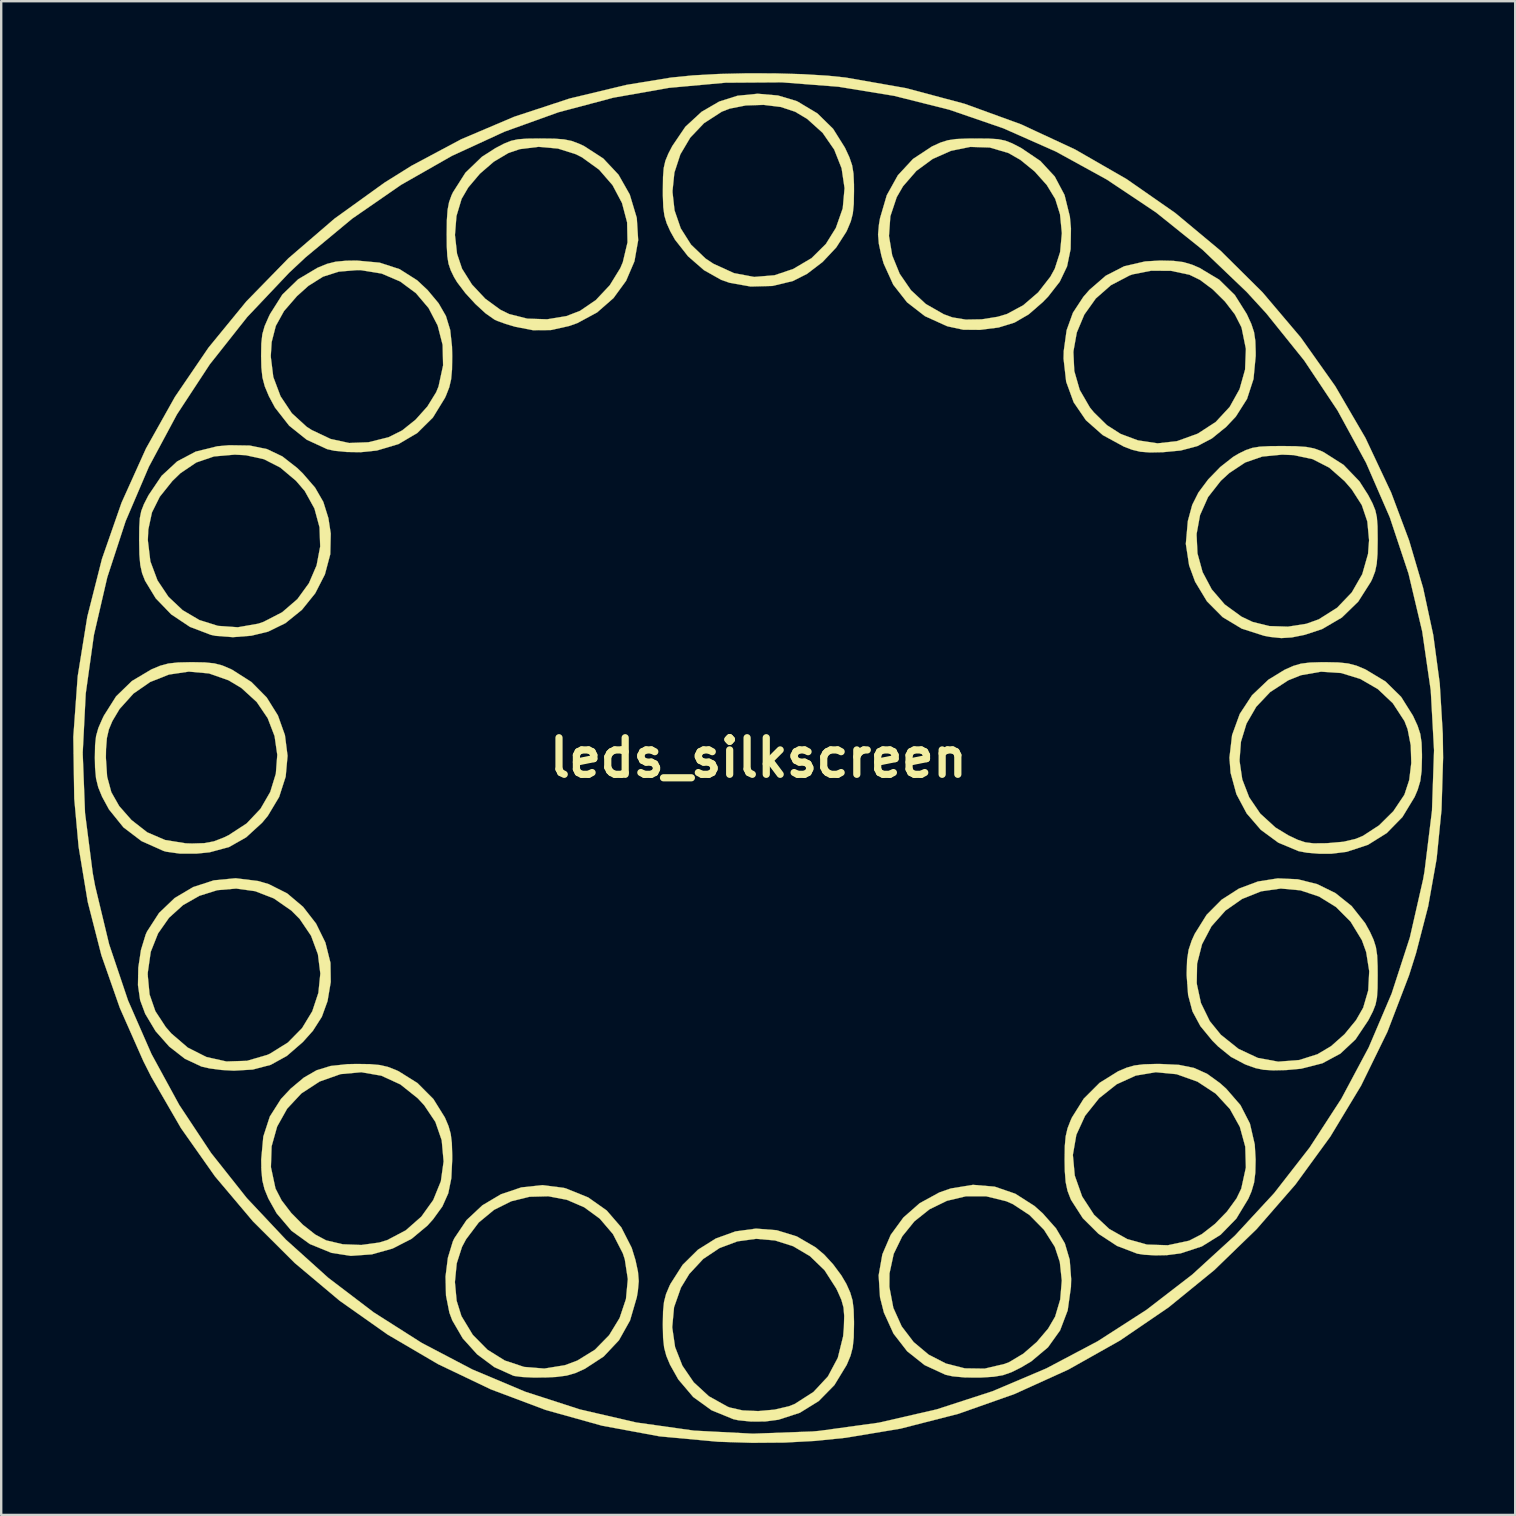
<source format=kicad_pcb>
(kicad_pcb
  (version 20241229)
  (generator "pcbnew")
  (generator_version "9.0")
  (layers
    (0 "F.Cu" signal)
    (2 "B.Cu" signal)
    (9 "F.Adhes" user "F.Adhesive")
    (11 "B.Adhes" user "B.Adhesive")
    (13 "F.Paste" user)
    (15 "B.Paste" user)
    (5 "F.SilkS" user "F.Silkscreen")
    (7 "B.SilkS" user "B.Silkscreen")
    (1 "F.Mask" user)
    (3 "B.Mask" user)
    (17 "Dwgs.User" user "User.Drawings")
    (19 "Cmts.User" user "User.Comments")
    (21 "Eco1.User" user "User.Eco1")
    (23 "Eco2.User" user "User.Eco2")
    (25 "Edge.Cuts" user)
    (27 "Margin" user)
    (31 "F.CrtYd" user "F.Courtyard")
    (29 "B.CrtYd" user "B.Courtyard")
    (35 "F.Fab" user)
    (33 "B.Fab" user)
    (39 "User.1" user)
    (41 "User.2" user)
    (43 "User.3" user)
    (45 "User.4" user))
  (footprint "leds_silkscreen"
    (layer "F.Cu")
    (at 28.552 28.525)
    (property "Reference" "leds_silkscreen" (at 0 0 0) (layer "F.SilkS") (effects (font (size 1.524 1.524) (thickness 0.3))))
    (attr through_hole)
    (fp_poly (pts (xy -20.846 5.136) (xy -20.405 5.265) (xy -19.639 5.65) (xy -18.973 6.212) (xy -18.432 6.909) (xy -18.043 7.701) (xy -17.832 8.545) (xy -17.82 9.344) (xy -17.954 10.14) (xy -18.191 10.793) (xy -18.566 11.38) (xy -18.983 11.846) (xy -19.646 12.421) (xy -20.322 12.795) (xy -21.071 12.992) (xy -21.854 13.038) (xy -22.363 13.01) (xy -22.862 12.945) (xy -23.206 12.867) (xy -23.9 12.541) (xy -24.552 12.033) (xy -25.118 11.393) (xy -25.551 10.67) (xy -25.762 10.102) (xy -25.853 9.474) (xy -25.845 9.063) (xy -25.446 9.063) (xy -25.37 9.861) (xy -25.128 10.56) (xy -24.695 11.221) (xy -24.464 11.488) (xy -23.775 12.079) (xy -22.999 12.47) (xy -22.167 12.655) (xy -21.311 12.628) (xy -20.464 12.381) (xy -20.359 12.334) (xy -19.607 11.867) (xy -19.016 11.266) (xy -18.59 10.564) (xy -18.335 9.795) (xy -18.254 8.992) (xy -18.355 8.189) (xy -18.64 7.418) (xy -19.116 6.714) (xy -19.461 6.368) (xy -20.19 5.862) (xy -20.967 5.56) (xy -21.762 5.45) (xy -22.548 5.518) (xy -23.294 5.752) (xy -23.974 6.139) (xy -24.557 6.665) (xy -25.016 7.319) (xy -25.321 8.087) (xy -25.445 8.956) (xy -25.446 9.063) (xy -25.845 9.063) (xy -25.839 8.744) (xy -25.728 8.008) (xy -25.531 7.364) (xy -25.475 7.241) (xy -24.974 6.466) (xy -24.322 5.843) (xy -23.551 5.387) (xy -22.693 5.108) (xy -21.781 5.02) (xy -20.846 5.136)) (stroke (width 0.01) (type solid)) (fill yes) (layer "F.SilkS"))
    (fp_poly (pts (xy 9.844 17.871) (xy 10.704 18.166) (xy 11.503 18.676) (xy 11.846 18.983) (xy 12.402 19.611) (xy 12.769 20.235) (xy 12.971 20.917) (xy 13.032 21.718) (xy 13.023 22.053) (xy 12.887 23.028) (xy 12.57 23.862) (xy 12.065 24.567) (xy 11.366 25.154) (xy 10.948 25.402) (xy 10.54 25.605) (xy 10.19 25.727) (xy 9.806 25.792) (xy 9.292 25.824) (xy 9.236 25.826) (xy 8.618 25.823) (xy 8.092 25.774) (xy 7.793 25.708) (xy 6.925 25.307) (xy 6.199 24.731) (xy 5.629 23.996) (xy 5.229 23.118) (xy 5.067 22.48) (xy 5.04 22.052) (xy 5.457 22.052) (xy 5.622 22.921) (xy 5.97 23.693) (xy 6.47 24.349) (xy 7.095 24.872) (xy 7.815 25.242) (xy 8.601 25.442) (xy 9.423 25.454) (xy 10.254 25.259) (xy 10.465 25.174) (xy 11.037 24.832) (xy 11.597 24.346) (xy 12.072 23.787) (xy 12.363 23.289) (xy 12.576 22.573) (xy 12.642 21.785) (xy 12.559 21.011) (xy 12.35 20.378) (xy 11.898 19.666) (xy 11.297 19.055) (xy 10.605 18.6) (xy 10.326 18.478) (xy 9.482 18.271) (xy 8.65 18.272) (xy 7.857 18.46) (xy 7.131 18.814) (xy 6.501 19.315) (xy 5.994 19.941) (xy 5.638 20.671) (xy 5.462 21.487) (xy 5.457 22.052) (xy 5.04 22.052) (xy 5.01 21.568) (xy 5.165 20.691) (xy 5.514 19.879) (xy 6.039 19.16) (xy 6.72 18.561) (xy 7.541 18.112) (xy 8.016 17.947) (xy 8.941 17.796) (xy 9.844 17.871)) (stroke (width 0.01) (type solid)) (fill yes) (layer "F.SilkS"))
    (fp_poly (pts (xy -8.107 17.922) (xy -8.016 17.947) (xy -7.093 18.32) (xy -6.323 18.863) (xy -5.715 19.566) (xy -5.28 20.42) (xy -5.122 20.935) (xy -5.018 21.42) (xy -4.986 21.808) (xy -5.023 22.221) (xy -5.067 22.48) (xy -5.349 23.447) (xy -5.811 24.272) (xy -6.448 24.949) (xy -7.229 25.459) (xy -7.622 25.637) (xy -7.99 25.744) (xy -8.427 25.801) (xy -8.879 25.823) (xy -9.382 25.825) (xy -9.836 25.803) (xy -10.162 25.761) (xy -10.218 25.746) (xy -11.004 25.391) (xy -11.72 24.858) (xy -12.32 24.193) (xy -12.756 23.443) (xy -12.877 23.121) (xy -13.018 22.406) (xy -13.031 21.847) (xy -12.647 21.847) (xy -12.575 22.624) (xy -12.375 23.264) (xy -11.902 24.046) (xy -11.289 24.667) (xy -10.567 25.117) (xy -9.767 25.382) (xy -8.922 25.451) (xy -8.062 25.311) (xy -7.545 25.118) (xy -6.813 24.666) (xy -6.221 24.062) (xy -5.784 23.345) (xy -5.519 22.553) (xy -5.441 21.724) (xy -5.568 20.897) (xy -5.65 20.649) (xy -6.061 19.848) (xy -6.607 19.208) (xy -7.258 18.731) (xy -7.983 18.419) (xy -8.752 18.272) (xy -9.534 18.292) (xy -10.299 18.48) (xy -11.016 18.838) (xy -11.654 19.365) (xy -12.182 20.065) (xy -12.349 20.378) (xy -12.571 21.068) (xy -12.647 21.847) (xy -13.031 21.847) (xy -13.037 21.615) (xy -12.94 20.836) (xy -12.733 20.156) (xy -12.669 20.021) (xy -12.16 19.264) (xy -11.5 18.647) (xy -10.727 18.188) (xy -9.878 17.902) (xy -8.992 17.808) (xy -8.107 17.922)) (stroke (width 0.01) (type solid)) (fill yes) (layer "F.SilkS"))
    (fp_poly (pts (xy -21.193 -13.009) (xy -20.475 -12.861) (xy -19.837 -12.557) (xy -19.217 -12.073) (xy -18.983 -11.846) (xy -18.473 -11.256) (xy -18.13 -10.662) (xy -17.918 -9.985) (xy -17.82 -9.344) (xy -17.84 -8.483) (xy -18.064 -7.639) (xy -18.467 -6.853) (xy -19.023 -6.163) (xy -19.707 -5.61) (xy -20.432 -5.255) (xy -21.13 -5.086) (xy -21.896 -5.025) (xy -22.617 -5.08) (xy -22.816 -5.122) (xy -23.687 -5.454) (xy -24.467 -5.974) (xy -25.113 -6.644) (xy -25.557 -7.375) (xy -25.68 -7.689) (xy -25.756 -8.029) (xy -25.794 -8.463) (xy -25.804 -9.059) (xy -25.804 -9.063) (xy -25.442 -9.063) (xy -25.336 -8.183) (xy -25.04 -7.391) (xy -24.583 -6.707) (xy -23.992 -6.15) (xy -23.295 -5.739) (xy -22.52 -5.496) (xy -21.694 -5.438) (xy -20.846 -5.586) (xy -20.625 -5.661) (xy -19.844 -6.064) (xy -19.209 -6.612) (xy -18.729 -7.274) (xy -18.41 -8.015) (xy -18.26 -8.803) (xy -18.288 -9.605) (xy -18.5 -10.387) (xy -18.904 -11.117) (xy -19.269 -11.542) (xy -19.924 -12.093) (xy -20.602 -12.44) (xy -21.361 -12.607) (xy -21.821 -12.631) (xy -22.684 -12.556) (xy -23.422 -12.304) (xy -24.083 -11.858) (xy -24.423 -11.529) (xy -24.945 -10.876) (xy -25.27 -10.223) (xy -25.423 -9.508) (xy -25.442 -9.063) (xy -25.804 -9.063) (xy -25.799 -9.605) (xy -25.775 -9.988) (xy -25.715 -10.284) (xy -25.605 -10.567) (xy -25.43 -10.908) (xy -25.408 -10.948) (xy -24.868 -11.748) (xy -24.22 -12.348) (xy -23.45 -12.756) (xy -22.547 -12.979) (xy -22.053 -13.023) (xy -21.193 -13.009)) (stroke (width 0.01) (type solid)) (fill yes) (layer "F.SilkS"))
    (fp_poly (pts (xy -16.181 12.767) (xy -15.774 12.804) (xy -15.44 12.881) (xy -15.102 13.013) (xy -14.992 13.063) (xy -14.205 13.556) (xy -13.544 14.219) (xy -13.063 14.992) (xy -12.913 15.346) (xy -12.821 15.673) (xy -12.774 16.051) (xy -12.759 16.558) (xy -12.759 16.741) (xy -12.796 17.521) (xy -12.924 18.149) (xy -13.168 18.695) (xy -13.555 19.23) (xy -13.79 19.493) (xy -14.453 20.045) (xy -15.244 20.45) (xy -16.106 20.692) (xy -16.983 20.755) (xy -17.788 20.631) (xy -18.692 20.262) (xy -19.457 19.709) (xy -20.077 18.979) (xy -20.421 18.363) (xy -20.58 17.976) (xy -20.671 17.609) (xy -20.711 17.169) (xy -20.713 17.058) (xy -20.313 17.058) (xy -20.125 17.937) (xy -20.12 17.953) (xy -19.868 18.443) (xy -19.468 18.966) (xy -18.98 19.461) (xy -18.467 19.866) (xy -18.011 20.11) (xy -17.32 20.272) (xy -16.547 20.302) (xy -15.801 20.2) (xy -15.466 20.098) (xy -14.694 19.691) (xy -14.047 19.122) (xy -13.55 18.429) (xy -13.232 17.647) (xy -13.117 16.818) (xy -13.197 15.937) (xy -13.461 15.173) (xy -13.927 14.478) (xy -14.192 14.192) (xy -14.918 13.612) (xy -15.711 13.248) (xy -16.548 13.103) (xy -17.41 13.182) (xy -18.274 13.487) (xy -18.287 13.493) (xy -19.042 13.985) (xy -19.636 14.621) (xy -20.054 15.367) (xy -20.285 16.191) (xy -20.313 17.058) (xy -20.713 17.058) (xy -20.718 16.741) (xy -20.63 15.782) (xy -20.359 14.95) (xy -19.894 14.218) (xy -19.493 13.79) (xy -18.941 13.328) (xy -18.408 13.021) (xy -17.827 12.843) (xy -17.126 12.767) (xy -16.741 12.759) (xy -16.181 12.767)) (stroke (width 0.01) (type solid)) (fill yes) (layer "F.SilkS"))
    (fp_poly (pts (xy 17.292 -20.705) (xy 17.703 -20.654) (xy 18.067 -20.547) (xy 18.371 -20.417) (xy 19.198 -19.923) (xy 19.853 -19.279) (xy 20.348 -18.492) (xy 20.539 -18.077) (xy 20.652 -17.736) (xy 20.706 -17.374) (xy 20.721 -16.899) (xy 20.721 -16.743) (xy 20.63 -15.782) (xy 20.359 -14.95) (xy 19.894 -14.217) (xy 19.493 -13.79) (xy 18.895 -13.305) (xy 18.287 -12.986) (xy 17.598 -12.803) (xy 16.856 -12.733) (xy 16.317 -12.722) (xy 15.917 -12.752) (xy 15.57 -12.835) (xy 15.231 -12.964) (xy 14.347 -13.446) (xy 13.647 -14.065) (xy 13.137 -14.81) (xy 12.824 -15.669) (xy 12.715 -16.633) (xy 12.723 -16.924) (xy 13.124 -16.924) (xy 13.162 -16.115) (xy 13.389 -15.327) (xy 13.814 -14.593) (xy 13.98 -14.391) (xy 14.521 -13.86) (xy 15.091 -13.495) (xy 15.782 -13.237) (xy 15.827 -13.224) (xy 16.632 -13.102) (xy 17.439 -13.192) (xy 18.283 -13.497) (xy 18.325 -13.517) (xy 19.058 -13.994) (xy 19.638 -14.62) (xy 20.049 -15.359) (xy 20.279 -16.176) (xy 20.313 -17.037) (xy 20.136 -17.905) (xy 20.12 -17.953) (xy 19.853 -18.475) (xy 19.438 -19.015) (xy 18.934 -19.514) (xy 18.401 -19.912) (xy 17.961 -20.127) (xy 17.19 -20.29) (xy 16.368 -20.295) (xy 15.598 -20.144) (xy 15.466 -20.098) (xy 14.689 -19.691) (xy 14.058 -19.137) (xy 13.581 -18.468) (xy 13.267 -17.72) (xy 13.124 -16.924) (xy 12.723 -16.924) (xy 12.724 -16.957) (xy 12.843 -17.816) (xy 13.106 -18.544) (xy 13.542 -19.209) (xy 13.79 -19.493) (xy 14.475 -20.087) (xy 15.241 -20.48) (xy 16.115 -20.682) (xy 16.741 -20.718) (xy 17.292 -20.705)) (stroke (width 0.01) (type solid)) (fill yes) (layer "F.SilkS"))
    (fp_poly (pts (xy 0.816 -27.596) (xy 1.582 -27.367) (xy 1.63 -27.345) (xy 2.457 -26.85) (xy 3.113 -26.207) (xy 3.607 -25.419) (xy 3.792 -25.019) (xy 3.905 -24.688) (xy 3.962 -24.34) (xy 3.982 -23.889) (xy 3.983 -23.613) (xy 3.974 -23.071) (xy 3.934 -22.677) (xy 3.849 -22.349) (xy 3.704 -22.004) (xy 3.661 -21.914) (xy 3.243 -21.264) (xy 2.676 -20.66) (xy 2.027 -20.164) (xy 1.438 -19.866) (xy 0.586 -19.66) (xy -0.323 -19.636) (xy -1.205 -19.793) (xy -1.55 -19.914) (xy -2.27 -20.319) (xy -2.932 -20.896) (xy -3.474 -21.586) (xy -3.671 -21.936) (xy -3.823 -22.275) (xy -3.916 -22.585) (xy -3.964 -22.941) (xy -3.981 -23.421) (xy -3.981 -23.594) (xy -3.582 -23.594) (xy -3.495 -22.81) (xy -3.237 -22.061) (xy -2.808 -21.382) (xy -2.205 -20.804) (xy -1.872 -20.583) (xy -1.019 -20.194) (xy -0.175 -20.035) (xy 0.67 -20.105) (xy 1.448 -20.367) (xy 2.214 -20.818) (xy 2.81 -21.408) (xy 3.227 -22.077) (xy 3.514 -22.894) (xy 3.59 -23.734) (xy 3.467 -24.562) (xy 3.158 -25.343) (xy 2.675 -26.041) (xy 2.031 -26.621) (xy 1.527 -26.921) (xy 0.929 -27.118) (xy 0.216 -27.205) (xy -0.522 -27.182) (xy -1.198 -27.049) (xy -1.527 -26.921) (xy -2.265 -26.444) (xy -2.84 -25.84) (xy -3.253 -25.142) (xy -3.501 -24.383) (xy -3.582 -23.594) (xy -3.981 -23.594) (xy -3.981 -23.668) (xy -3.975 -24.199) (xy -3.945 -24.576) (xy -3.876 -24.876) (xy -3.752 -25.176) (xy -3.589 -25.489) (xy -3.045 -26.292) (xy -2.367 -26.917) (xy -1.63 -27.345) (xy -0.873 -27.585) (xy -0.03 -27.669) (xy 0.816 -27.596)) (stroke (width 0.01) (type solid)) (fill yes) (layer "F.SilkS"))
    (fp_poly (pts (xy 22.475 5.063) (xy 23.286 5.267) (xy 24.044 5.639) (xy 24.718 6.178) (xy 25.279 6.887) (xy 25.484 7.257) (xy 25.636 7.591) (xy 25.73 7.891) (xy 25.781 8.229) (xy 25.801 8.68) (xy 25.804 9.063) (xy 25.799 9.605) (xy 25.775 9.988) (xy 25.715 10.284) (xy 25.605 10.567) (xy 25.43 10.908) (xy 25.408 10.948) (xy 24.88 11.737) (xy 24.25 12.328) (xy 23.499 12.731) (xy 22.611 12.957) (xy 21.994 13.013) (xy 21.45 13.025) (xy 21.052 13.002) (xy 20.713 12.931) (xy 20.349 12.802) (xy 20.262 12.766) (xy 19.693 12.464) (xy 19.155 12.029) (xy 18.918 11.791) (xy 18.417 11.182) (xy 18.087 10.569) (xy 17.905 9.885) (xy 17.87 9.407) (xy 18.264 9.407) (xy 18.439 10.218) (xy 18.808 10.975) (xy 19.269 11.542) (xy 20.007 12.132) (xy 20.811 12.507) (xy 21.66 12.663) (xy 22.534 12.595) (xy 23.295 12.354) (xy 23.865 12.015) (xy 24.423 11.519) (xy 24.903 10.934) (xy 25.2 10.416) (xy 25.411 9.693) (xy 25.452 8.893) (xy 25.325 8.096) (xy 25.147 7.602) (xy 24.676 6.83) (xy 24.07 6.221) (xy 23.362 5.783) (xy 22.584 5.524) (xy 21.768 5.449) (xy 20.947 5.566) (xy 20.154 5.883) (xy 19.461 6.368) (xy 18.879 7.022) (xy 18.485 7.772) (xy 18.279 8.579) (xy 18.264 9.407) (xy 17.87 9.407) (xy 17.845 9.064) (xy 17.845 8.948) (xy 17.863 8.41) (xy 17.926 8.001) (xy 18.053 7.62) (xy 18.18 7.339) (xy 18.676 6.544) (xy 19.301 5.915) (xy 20.023 5.452) (xy 20.813 5.156) (xy 21.64 5.026) (xy 22.475 5.063)) (stroke (width 0.01) (type solid)) (fill yes) (layer "F.SilkS"))
    (fp_poly (pts (xy -15.782 -20.63) (xy -14.95 -20.359) (xy -14.218 -19.894) (xy -13.79 -19.493) (xy -13.328 -18.941) (xy -13.021 -18.408) (xy -12.843 -17.827) (xy -12.767 -17.126) (xy -12.759 -16.741) (xy -12.767 -16.181) (xy -12.804 -15.774) (xy -12.881 -15.44) (xy -13.013 -15.102) (xy -13.063 -14.992) (xy -13.564 -14.176) (xy -14.214 -13.533) (xy -14.997 -13.071) (xy -15.899 -12.802) (xy -16.568 -12.733) (xy -17.152 -12.741) (xy -17.672 -12.793) (xy -17.973 -12.861) (xy -18.823 -13.254) (xy -19.553 -13.838) (xy -20.144 -14.593) (xy -20.398 -15.067) (xy -20.568 -15.473) (xy -20.666 -15.843) (xy -20.711 -16.269) (xy -20.721 -16.722) (xy -20.32 -16.722) (xy -20.214 -15.866) (xy -19.912 -15.062) (xy -19.44 -14.355) (xy -18.823 -13.791) (xy -18.614 -13.657) (xy -17.826 -13.284) (xy -17.054 -13.116) (xy -16.249 -13.147) (xy -15.414 -13.355) (xy -14.846 -13.639) (xy -14.285 -14.088) (xy -13.793 -14.638) (xy -13.428 -15.23) (xy -13.329 -15.472) (xy -13.139 -16.35) (xy -13.158 -17.205) (xy -13.365 -18.01) (xy -13.742 -18.737) (xy -14.27 -19.359) (xy -14.929 -19.847) (xy -15.7 -20.176) (xy -16.563 -20.317) (xy -16.722 -20.32) (xy -17.486 -20.256) (xy -18.143 -20.046) (xy -18.754 -19.662) (xy -19.232 -19.232) (xy -19.768 -18.613) (xy -20.109 -17.997) (xy -20.283 -17.321) (xy -20.32 -16.722) (xy -20.721 -16.722) (xy -20.722 -16.743) (xy -20.713 -17.264) (xy -20.671 -17.647) (xy -20.575 -17.986) (xy -20.405 -18.374) (xy -20.348 -18.492) (xy -19.837 -19.3) (xy -19.177 -19.938) (xy -18.371 -20.417) (xy -17.982 -20.578) (xy -17.616 -20.67) (xy -17.18 -20.711) (xy -16.741 -20.718) (xy -15.782 -20.63)) (stroke (width 0.01) (type solid)) (fill yes) (layer "F.SilkS"))
    (fp_poly (pts (xy 9.605 -25.799) (xy 9.988 -25.775) (xy 10.284 -25.715) (xy 10.567 -25.605) (xy 10.908 -25.43) (xy 10.948 -25.408) (xy 11.748 -24.868) (xy 12.348 -24.22) (xy 12.756 -23.45) (xy 12.979 -22.547) (xy 13.023 -22.053) (xy 13.009 -21.193) (xy 12.861 -20.475) (xy 12.557 -19.837) (xy 12.073 -19.217) (xy 11.846 -18.983) (xy 11.259 -18.474) (xy 10.671 -18.133) (xy 10.01 -17.929) (xy 9.236 -17.83) (xy 8.537 -17.836) (xy 7.895 -17.974) (xy 7.84 -17.992) (xy 6.938 -18.402) (xy 6.195 -18.977) (xy 5.62 -19.71) (xy 5.219 -20.593) (xy 5.122 -20.935) (xy 5.018 -21.42) (xy 4.992 -21.742) (xy 5.44 -21.742) (xy 5.575 -20.933) (xy 5.886 -20.168) (xy 6.358 -19.481) (xy 6.975 -18.908) (xy 7.722 -18.481) (xy 8.082 -18.35) (xy 8.64 -18.258) (xy 9.302 -18.269) (xy 9.969 -18.375) (xy 10.351 -18.489) (xy 11.031 -18.853) (xy 11.657 -19.391) (xy 12.167 -20.046) (xy 12.349 -20.378) (xy 12.572 -21.073) (xy 12.645 -21.858) (xy 12.568 -22.645) (xy 12.367 -23.289) (xy 12.014 -23.868) (xy 11.507 -24.433) (xy 10.915 -24.915) (xy 10.416 -25.2) (xy 9.638 -25.429) (xy 8.827 -25.454) (xy 8.022 -25.29) (xy 7.261 -24.952) (xy 6.583 -24.455) (xy 6.026 -23.814) (xy 5.764 -23.361) (xy 5.498 -22.563) (xy 5.44 -21.742) (xy 4.992 -21.742) (xy 4.986 -21.808) (xy 5.023 -22.221) (xy 5.067 -22.48) (xy 5.349 -23.441) (xy 5.811 -24.271) (xy 6.442 -24.952) (xy 7.23 -25.471) (xy 7.257 -25.484) (xy 7.591 -25.636) (xy 7.891 -25.73) (xy 8.229 -25.781) (xy 8.68 -25.801) (xy 9.063 -25.804) (xy 9.605 -25.799)) (stroke (width 0.01) (type solid)) (fill yes) (layer "F.SilkS"))
    (fp_poly (pts (xy 17.521 12.796) (xy 18.149 12.924) (xy 18.695 13.168) (xy 19.23 13.555) (xy 19.493 13.79) (xy 20.087 14.475) (xy 20.48 15.241) (xy 20.682 16.115) (xy 20.718 16.741) (xy 20.705 17.292) (xy 20.654 17.703) (xy 20.547 18.067) (xy 20.417 18.371) (xy 19.911 19.207) (xy 19.258 19.876) (xy 18.478 20.361) (xy 17.592 20.651) (xy 17.023 20.725) (xy 16.54 20.734) (xy 16.083 20.709) (xy 15.788 20.664) (xy 14.944 20.341) (xy 14.171 19.835) (xy 13.518 19.186) (xy 13.036 18.436) (xy 13.008 18.378) (xy 12.88 18.045) (xy 12.803 17.682) (xy 12.767 17.218) (xy 12.759 16.741) (xy 12.762 16.548) (xy 13.103 16.548) (xy 13.182 17.41) (xy 13.487 18.274) (xy 13.493 18.287) (xy 13.985 19.042) (xy 14.621 19.636) (xy 15.367 20.055) (xy 16.191 20.285) (xy 17.058 20.313) (xy 17.937 20.125) (xy 17.953 20.12) (xy 18.479 19.849) (xy 19.024 19.424) (xy 19.526 18.908) (xy 19.923 18.362) (xy 20.12 17.953) (xy 20.312 17.075) (xy 20.287 16.207) (xy 20.061 15.382) (xy 19.645 14.634) (xy 19.055 13.996) (xy 18.303 13.501) (xy 18.287 13.493) (xy 17.422 13.185) (xy 16.56 13.103) (xy 15.722 13.244) (xy 14.929 13.605) (xy 14.202 14.182) (xy 14.192 14.192) (xy 13.612 14.918) (xy 13.248 15.711) (xy 13.103 16.548) (xy 12.762 16.548) (xy 12.767 16.181) (xy 12.804 15.774) (xy 12.881 15.44) (xy 13.013 15.102) (xy 13.063 14.992) (xy 13.556 14.205) (xy 14.219 13.544) (xy 14.992 13.063) (xy 15.346 12.913) (xy 15.673 12.821) (xy 16.051 12.774) (xy 16.558 12.759) (xy 16.741 12.759) (xy 17.521 12.796)) (stroke (width 0.01) (type solid)) (fill yes) (layer "F.SilkS"))
    (fp_poly (pts (xy 22.41 -12.981) (xy 22.832 -12.951) (xy 23.152 -12.89) (xy 23.435 -12.788) (xy 23.561 -12.728) (xy 24.382 -12.205) (xy 25.042 -11.52) (xy 25.408 -10.948) (xy 25.591 -10.597) (xy 25.706 -10.312) (xy 25.77 -10.02) (xy 25.798 -9.649) (xy 25.804 -9.126) (xy 25.804 -9.063) (xy 25.796 -8.492) (xy 25.764 -8.082) (xy 25.697 -7.763) (xy 25.584 -7.466) (xy 25.522 -7.336) (xy 24.993 -6.505) (xy 24.312 -5.844) (xy 23.493 -5.364) (xy 22.762 -5.122) (xy 22.227 -5.015) (xy 21.789 -4.987) (xy 21.329 -5.035) (xy 21.07 -5.083) (xy 20.14 -5.38) (xy 19.342 -5.862) (xy 18.691 -6.517) (xy 18.197 -7.335) (xy 17.947 -8.016) (xy 17.81 -8.914) (xy 17.846 -9.317) (xy 18.257 -9.317) (xy 18.295 -8.515) (xy 18.508 -7.738) (xy 18.889 -7.018) (xy 19.43 -6.389) (xy 20.124 -5.883) (xy 20.592 -5.66) (xy 21.287 -5.488) (xy 22.064 -5.463) (xy 22.829 -5.582) (xy 23.349 -5.768) (xy 24.114 -6.252) (xy 24.725 -6.89) (xy 25.161 -7.649) (xy 25.403 -8.497) (xy 25.446 -9.063) (xy 25.373 -9.845) (xy 25.142 -10.53) (xy 24.725 -11.18) (xy 24.423 -11.529) (xy 23.785 -12.089) (xy 23.095 -12.443) (xy 22.305 -12.611) (xy 21.821 -12.631) (xy 20.996 -12.551) (xy 20.282 -12.303) (xy 19.621 -11.865) (xy 19.269 -11.542) (xy 18.737 -10.863) (xy 18.402 -10.111) (xy 18.257 -9.317) (xy 17.846 -9.317) (xy 17.894 -9.866) (xy 18.077 -10.539) (xy 18.335 -11.053) (xy 18.744 -11.6) (xy 19.246 -12.116) (xy 19.782 -12.537) (xy 20.021 -12.678) (xy 20.313 -12.821) (xy 20.582 -12.912) (xy 20.893 -12.963) (xy 21.312 -12.984) (xy 21.821 -12.989) (xy 22.41 -12.981)) (stroke (width 0.01) (type solid)) (fill yes) (layer "F.SilkS"))
    (fp_poly (pts (xy 24.164 -3.972) (xy 24.572 -3.929) (xy 24.917 -3.839) (xy 25.283 -3.686) (xy 25.298 -3.679) (xy 26.126 -3.181) (xy 26.781 -2.538) (xy 27.275 -1.751) (xy 27.466 -1.336) (xy 27.579 -0.993) (xy 27.633 -0.63) (xy 27.649 -0.153) (xy 27.649 -0.002) (xy 27.634 0.552) (xy 27.58 0.968) (xy 27.47 1.337) (xy 27.345 1.63) (xy 26.837 2.468) (xy 26.182 3.138) (xy 25.4 3.627) (xy 24.511 3.92) (xy 23.867 4) (xy 23.357 3.998) (xy 22.855 3.956) (xy 22.508 3.891) (xy 21.663 3.537) (xy 20.935 3.003) (xy 20.345 2.319) (xy 19.918 1.517) (xy 19.675 0.626) (xy 19.637 0.121) (xy 20.047 0.121) (xy 20.162 0.902) (xy 20.45 1.648) (xy 20.912 2.327) (xy 21.548 2.908) (xy 22.088 3.236) (xy 22.477 3.42) (xy 22.791 3.524) (xy 23.123 3.565) (xy 23.567 3.563) (xy 23.726 3.557) (xy 24.377 3.5) (xy 24.884 3.381) (xy 25.192 3.253) (xy 25.86 2.818) (xy 26.456 2.228) (xy 26.903 1.562) (xy 26.923 1.523) (xy 27.118 0.929) (xy 27.204 0.219) (xy 27.182 -0.517) (xy 27.051 -1.191) (xy 26.921 -1.527) (xy 26.436 -2.271) (xy 25.811 -2.861) (xy 25.081 -3.285) (xy 24.28 -3.531) (xy 23.444 -3.587) (xy 22.608 -3.44) (xy 22.077 -3.227) (xy 21.324 -2.737) (xy 20.744 -2.125) (xy 20.338 -1.424) (xy 20.106 -0.665) (xy 20.047 0.121) (xy 19.637 0.121) (xy 19.627 0) (xy 19.738 -0.948) (xy 20.057 -1.826) (xy 20.567 -2.603) (xy 21.248 -3.251) (xy 21.924 -3.665) (xy 22.282 -3.825) (xy 22.607 -3.921) (xy 22.983 -3.968) (xy 23.491 -3.983) (xy 23.61 -3.983) (xy 24.164 -3.972)) (stroke (width 0.01) (type solid)) (fill yes) (layer "F.SilkS"))
    (fp_poly (pts (xy -23.068 -3.973) (xy -22.673 -3.933) (xy -22.344 -3.848) (xy -21.999 -3.702) (xy -21.924 -3.665) (xy -21.124 -3.155) (xy -20.488 -2.511) (xy -20.021 -1.762) (xy -19.729 -0.942) (xy -19.62 -0.082) (xy -19.698 0.786) (xy -19.97 1.632) (xy -20.443 2.422) (xy -20.681 2.708) (xy -21.346 3.316) (xy -22.057 3.719) (xy -22.867 3.939) (xy -23.402 3.993) (xy -24.112 3.993) (xy -24.674 3.914) (xy -24.79 3.881) (xy -25.704 3.473) (xy -26.459 2.899) (xy -27.06 2.154) (xy -27.349 1.622) (xy -27.508 1.233) (xy -27.6 0.859) (xy -27.641 0.411) (xy -27.649 0) (xy -27.19 0) (xy -27.138 0.788) (xy -26.963 1.435) (xy -26.636 2.012) (xy -26.129 2.589) (xy -26.124 2.594) (xy -25.469 3.106) (xy -24.726 3.426) (xy -23.863 3.565) (xy -23.6 3.573) (xy -23.091 3.558) (xy -22.692 3.484) (xy -22.282 3.326) (xy -22.077 3.227) (xy -21.325 2.737) (xy -20.747 2.126) (xy -20.341 1.424) (xy -20.108 0.665) (xy -20.048 -0.122) (xy -20.161 -0.903) (xy -20.447 -1.648) (xy -20.906 -2.325) (xy -21.539 -2.903) (xy -22.077 -3.227) (xy -22.894 -3.514) (xy -23.734 -3.59) (xy -24.562 -3.467) (xy -25.343 -3.158) (xy -26.041 -2.675) (xy -26.621 -2.031) (xy -26.921 -1.527) (xy -27.065 -1.182) (xy -27.148 -0.824) (xy -27.184 -0.37) (xy -27.19 0) (xy -27.649 0) (xy -27.649 -0.002) (xy -27.64 -0.523) (xy -27.598 -0.906) (xy -27.502 -1.245) (xy -27.332 -1.633) (xy -27.275 -1.751) (xy -26.765 -2.558) (xy -26.106 -3.197) (xy -25.298 -3.679) (xy -24.93 -3.834) (xy -24.585 -3.927) (xy -24.181 -3.971) (xy -23.634 -3.983) (xy -23.61 -3.983) (xy -23.068 -3.973)) (stroke (width 0.01) (type solid)) (fill yes) (layer "F.SilkS"))
    (fp_poly (pts (xy 0.762 19.687) (xy 1.6 19.945) (xy 2.382 20.4) (xy 2.739 20.701) (xy 3.109 21.103) (xy 3.455 21.568) (xy 3.665 21.924) (xy 3.825 22.282) (xy 3.921 22.607) (xy 3.968 22.983) (xy 3.983 23.491) (xy 3.983 23.61) (xy 3.972 24.164) (xy 3.929 24.572) (xy 3.839 24.917) (xy 3.686 25.283) (xy 3.679 25.298) (xy 3.168 26.138) (xy 2.511 26.807) (xy 1.727 27.293) (xy 0.835 27.583) (xy 0.282 27.656) (xy -0.301 27.66) (xy -0.837 27.605) (xy -1.047 27.559) (xy -1.951 27.189) (xy -2.717 26.636) (xy -3.338 25.904) (xy -3.683 25.29) (xy -3.836 24.924) (xy -3.928 24.579) (xy -3.972 24.172) (xy -3.981 23.732) (xy -3.592 23.732) (xy -3.472 24.555) (xy -3.168 25.331) (xy -2.694 26.025) (xy -2.064 26.605) (xy -1.291 27.036) (xy -1.194 27.074) (xy -0.658 27.195) (xy -0.006 27.223) (xy 0.669 27.163) (xy 1.276 27.021) (xy 1.523 26.921) (xy 2.297 26.423) (xy 2.895 25.78) (xy 3.308 25.004) (xy 3.53 24.107) (xy 3.561 23.748) (xy 3.575 23.261) (xy 3.547 22.907) (xy 3.458 22.589) (xy 3.291 22.211) (xy 3.243 22.113) (xy 2.756 21.354) (xy 2.147 20.767) (xy 1.449 20.354) (xy 0.692 20.113) (xy -0.093 20.045) (xy -0.874 20.151) (xy -1.62 20.43) (xy -2.299 20.883) (xy -2.881 21.509) (xy -3.227 22.077) (xy -3.515 22.895) (xy -3.592 23.732) (xy -3.981 23.732) (xy -3.983 23.619) (xy -3.983 23.61) (xy -3.973 23.068) (xy -3.933 22.673) (xy -3.848 22.344) (xy -3.702 21.999) (xy -3.665 21.924) (xy -3.159 21.131) (xy -2.518 20.498) (xy -1.773 20.031) (xy -0.956 19.736) (xy -0.101 19.619) (xy 0.762 19.687)) (stroke (width 0.01) (type solid)) (fill yes) (layer "F.SilkS"))
    (fp_poly (pts (xy -8.503 -25.797) (xy -8.1 -25.767) (xy -7.784 -25.702) (xy -7.48 -25.589) (xy -7.257 -25.484) (xy -6.464 -24.971) (xy -5.829 -24.295) (xy -5.361 -23.47) (xy -5.073 -22.512) (xy -5.067 -22.48) (xy -5.01 -21.566) (xy -5.165 -20.688) (xy -5.514 -19.874) (xy -6.039 -19.154) (xy -6.721 -18.557) (xy -7.543 -18.113) (xy -7.879 -17.993) (xy -8.653 -17.821) (xy -9.393 -17.816) (xy -10.137 -17.96) (xy -10.532 -18.078) (xy -10.868 -18.199) (xy -10.996 -18.257) (xy -11.368 -18.518) (xy -11.794 -18.909) (xy -12.211 -19.363) (xy -12.552 -19.812) (xy -12.683 -20.029) (xy -12.823 -20.319) (xy -12.913 -20.587) (xy -12.963 -20.901) (xy -12.985 -21.324) (xy -12.988 -21.782) (xy -12.645 -21.782) (xy -12.558 -21.002) (xy -12.349 -20.378) (xy -11.935 -19.719) (xy -11.382 -19.128) (xy -10.753 -18.669) (xy -10.384 -18.488) (xy -9.627 -18.297) (xy -8.804 -18.271) (xy -7.999 -18.404) (xy -7.433 -18.622) (xy -6.773 -19.073) (xy -6.194 -19.689) (xy -5.755 -20.402) (xy -5.65 -20.649) (xy -5.454 -21.476) (xy -5.471 -22.31) (xy -5.684 -23.116) (xy -6.078 -23.859) (xy -6.638 -24.505) (xy -7.348 -25.018) (xy -7.602 -25.147) (xy -8.354 -25.385) (xy -9.16 -25.457) (xy -9.944 -25.36) (xy -10.416 -25.2) (xy -11.025 -24.838) (xy -11.606 -24.336) (xy -12.091 -23.763) (xy -12.367 -23.289) (xy -12.582 -22.573) (xy -12.645 -21.782) (xy -12.988 -21.782) (xy -12.989 -21.821) (xy -12.981 -22.41) (xy -12.951 -22.832) (xy -12.89 -23.152) (xy -12.788 -23.435) (xy -12.728 -23.561) (xy -12.205 -24.382) (xy -11.52 -25.042) (xy -10.948 -25.408) (xy -10.597 -25.591) (xy -10.312 -25.706) (xy -10.02 -25.77) (xy -9.649 -25.798) (xy -9.126 -25.804) (xy -9.063 -25.804) (xy -8.503 -25.797)) (stroke (width 0.01) (type solid)) (fill yes) (layer "F.SilkS"))
    (fp_poly (pts (xy 0.689 -28.517) (xy 1.841 -28.484) (xy 2.887 -28.421) (xy 3.637 -28.343) (xy 6.155 -27.901) (xy 8.596 -27.248) (xy 10.948 -26.393) (xy 13.201 -25.344) (xy 15.344 -24.111) (xy 17.367 -22.702) (xy 19.258 -21.126) (xy 21.007 -19.392) (xy 22.602 -17.509) (xy 24.035 -15.485) (xy 25.293 -13.329) (xy 26.365 -11.051) (xy 27.113 -9.056) (xy 27.697 -7.077) (xy 28.12 -5.113) (xy 28.39 -3.104) (xy 28.517 -0.99) (xy 28.53 0) (xy 28.464 2.172) (xy 28.26 4.214) (xy 27.909 6.185) (xy 27.401 8.147) (xy 27.112 9.063) (xy 26.21 11.418) (xy 25.112 13.663) (xy 23.83 15.787) (xy 22.376 17.783) (xy 20.76 19.64) (xy 18.995 21.349) (xy 17.092 22.9) (xy 15.063 24.284) (xy 12.919 25.491) (xy 10.672 26.511) (xy 8.334 27.336) (xy 5.915 27.956) (xy 3.637 28.335) (xy 2.358 28.466) (xy 1.085 28.535) (xy -0.26 28.545) (xy -1.674 28.501) (xy -4.116 28.276) (xy -6.519 27.831) (xy -8.868 27.175) (xy -11.15 26.317) (xy -13.35 25.266) (xy -15.454 24.032) (xy -17.45 22.624) (xy -19.322 21.051) (xy -21.057 19.322) (xy -22.641 17.447) (xy -24.06 15.434) (xy -25.299 13.294) (xy -25.628 12.642) (xy -26.608 10.426) (xy -27.377 8.228) (xy -27.946 6.004) (xy -28.326 3.712) (xy -28.508 1.705) (xy -28.537 -0.196) (xy -28.156 -0.196) (xy -28.059 2.303) (xy -27.738 4.808) (xy -27.64 5.337) (xy -27.055 7.771) (xy -26.268 10.11) (xy -25.29 12.345) (xy -24.132 14.468) (xy -22.805 16.471) (xy -21.32 18.345) (xy -19.688 20.081) (xy -17.921 21.672) (xy -16.03 23.11) (xy -14.025 24.385) (xy -11.917 25.49) (xy -9.718 26.416) (xy -7.439 27.154) (xy -5.09 27.698) (xy -2.684 28.037) (xy -0.23 28.165) (xy 2.26 28.072) (xy 2.54 28.047) (xy 5.018 27.706) (xy 7.427 27.152) (xy 9.758 26.395) (xy 11.999 25.444) (xy 14.141 24.311) (xy 16.171 23.004) (xy 18.08 21.533) (xy 19.857 19.909) (xy 21.491 18.141) (xy 22.971 16.239) (xy 24.287 14.213) (xy 25.429 12.072) (xy 26.385 9.828) (xy 27.145 7.488) (xy 27.698 5.065) (xy 27.756 4.734) (xy 28.067 2.206) (xy 28.153 -0.311) (xy 28.016 -2.805) (xy 27.66 -5.263) (xy 27.09 -7.671) (xy 26.309 -10.018) (xy 25.321 -12.289) (xy 24.131 -14.472) (xy 22.742 -16.555) (xy 21.159 -18.523) (xy 20.346 -19.409) (xy 18.51 -21.165) (xy 16.566 -22.725) (xy 14.525 -24.089) (xy 12.401 -25.257) (xy 10.206 -26.229) (xy 7.954 -27.004) (xy 5.657 -27.581) (xy 3.328 -27.962) (xy 0.981 -28.144) (xy -1.372 -28.129) (xy -3.719 -27.916) (xy -6.045 -27.505) (xy -8.339 -26.895) (xy -10.587 -26.086) (xy -12.777 -25.078) (xy -14.895 -23.87) (xy -16.929 -22.463) (xy -18.865 -20.856) (xy -19.555 -20.21) (xy -21.302 -18.364) (xy -22.861 -16.393) (xy -24.228 -14.309) (xy -25.398 -12.127) (xy -26.367 -9.859) (xy -27.132 -7.519) (xy -27.688 -5.12) (xy -28.03 -2.674) (xy -28.156 -0.196) (xy -28.537 -0.196) (xy -28.547 -0.867) (xy -28.364 -3.398) (xy -27.964 -5.877) (xy -27.352 -8.291) (xy -26.536 -10.631) (xy -25.52 -12.884) (xy -24.311 -15.039) (xy -22.916 -17.087) (xy -21.338 -19.014) (xy -19.586 -20.81) (xy -17.664 -22.464) (xy -15.579 -23.965) (xy -14.456 -24.667) (xy -12.387 -25.771) (xy -10.181 -26.708) (xy -7.87 -27.469) (xy -5.488 -28.04) (xy -3.637 -28.343) (xy -2.732 -28.433) (xy -1.664 -28.492) (xy -0.502 -28.52) (xy 0.689 -28.517)) (stroke (width 0.01) (type solid)) (fill yes) (layer "F.SilkS")))
  (gr_rect
    (start -3 -3)
    (end 60.087 60.075)
    (stroke (width 0.1) (type default))
    (fill no)
    (layer "Edge.Cuts")))
</source>
